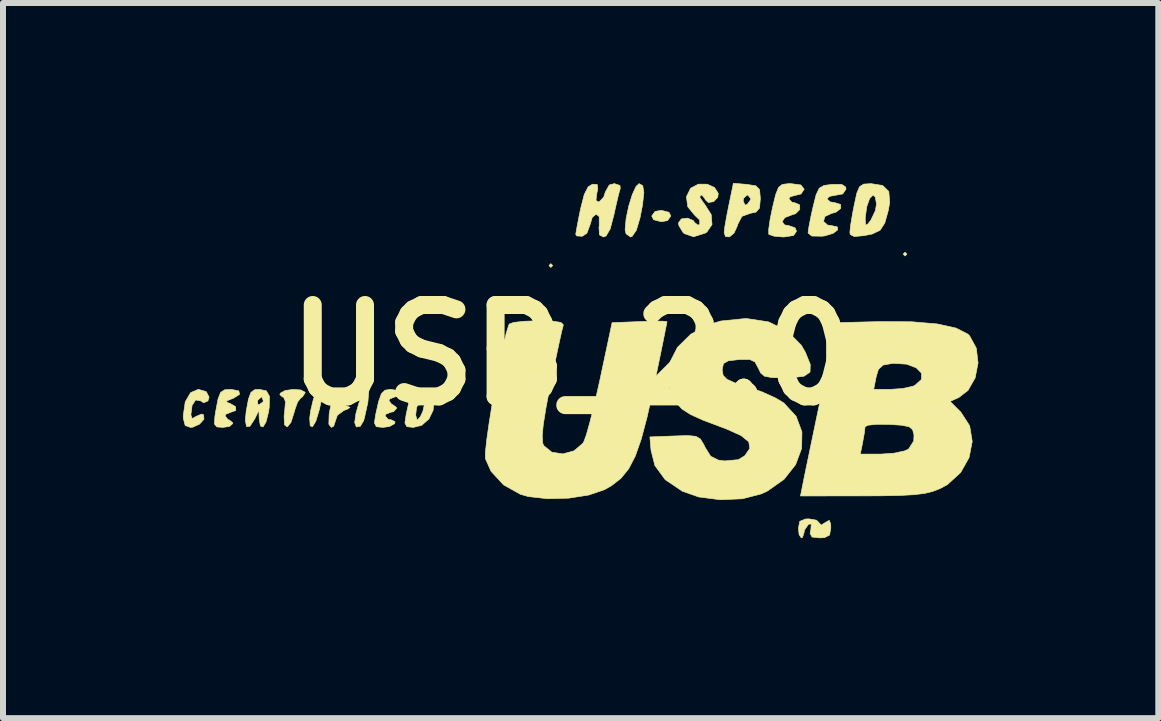
<source format=kicad_pcb>
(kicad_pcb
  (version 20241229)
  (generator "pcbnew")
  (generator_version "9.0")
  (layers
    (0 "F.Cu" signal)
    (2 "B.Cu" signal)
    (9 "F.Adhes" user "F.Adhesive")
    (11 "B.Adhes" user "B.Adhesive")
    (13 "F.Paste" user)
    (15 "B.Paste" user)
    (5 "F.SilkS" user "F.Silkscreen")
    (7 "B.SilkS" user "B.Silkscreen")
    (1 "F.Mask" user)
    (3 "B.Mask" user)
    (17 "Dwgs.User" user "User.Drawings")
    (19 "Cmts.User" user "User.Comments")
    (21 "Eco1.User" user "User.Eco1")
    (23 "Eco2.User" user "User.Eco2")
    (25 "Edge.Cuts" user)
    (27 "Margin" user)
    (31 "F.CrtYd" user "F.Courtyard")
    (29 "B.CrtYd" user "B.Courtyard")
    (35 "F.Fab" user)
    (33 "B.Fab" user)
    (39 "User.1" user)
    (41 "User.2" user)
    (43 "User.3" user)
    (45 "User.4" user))
  (footprint "USB_2.0"
    (layer "F.Cu")
    (at 6.482 2.869)
    (property "Reference" "USB_2.0" (at 0 0 0) (layer "F.SilkS") (effects (font (size 1.524 1.524) (thickness 0.3))))
    (attr through_hole)
    (fp_poly (pts (xy -0.318 -1.492) (xy -0.349 -1.46) (xy -0.381 -1.492) (xy -0.349 -1.524) (xy -0.318 -1.492)) (stroke (width 0.01) (type solid)) (fill yes) (layer "F.SilkS"))
    (fp_poly (pts (xy 5.588 -1.683) (xy 5.556 -1.651) (xy 5.524 -1.683) (xy 5.556 -1.714) (xy 5.588 -1.683)) (stroke (width 0.01) (type solid)) (fill yes) (layer "F.SilkS"))
    (fp_poly (pts (xy 1.62 -2.38) (xy 1.651 -2.318) (xy 1.596 -2.241) (xy 1.492 -2.223) (xy 1.365 -2.256) (xy 1.333 -2.318) (xy 1.389 -2.394) (xy 1.492 -2.413) (xy 1.62 -2.38)) (stroke (width 0.01) (type solid)) (fill yes) (layer "F.SilkS"))
    (fp_poly (pts (xy -4.166 0.576) (xy -4.162 0.648) (xy -4.185 0.802) (xy -4.207 0.905) (xy -4.267 1.103) (xy -4.323 1.196) (xy -4.361 1.18) (xy -4.369 1.053) (xy -4.355 0.937) (xy -4.307 0.732) (xy -4.245 0.601) (xy -4.182 0.565) (xy -4.166 0.576)) (stroke (width 0.01) (type solid)) (fill yes) (layer "F.SilkS"))
    (fp_poly (pts (xy -3.387 0.628) (xy -3.399 0.787) (xy -3.453 1.033) (xy -3.47 1.095) (xy -3.526 1.188) (xy -3.591 1.199) (xy -3.619 1.127) (xy -3.599 0.978) (xy -3.551 0.807) (xy -3.491 0.658) (xy -3.434 0.576) (xy -3.421 0.572) (xy -3.387 0.628)) (stroke (width 0.01) (type solid)) (fill yes) (layer "F.SilkS"))
    (fp_poly (pts (xy 1.183 -2.823) (xy 1.202 -2.711) (xy 1.18 -2.505) (xy 1.138 -2.289) (xy 1.076 -2.08) (xy 1.005 -1.977) (xy 0.979 -1.968) (xy 0.905 -2.021) (xy 0.889 -2.091) (xy 0.906 -2.277) (xy 0.95 -2.485) (xy 1.009 -2.676) (xy 1.072 -2.812) (xy 1.122 -2.858) (xy 1.183 -2.823)) (stroke (width 0.01) (type solid)) (fill yes) (layer "F.SilkS"))
    (fp_poly (pts (xy -3.738 0.59) (xy -3.588 0.619) (xy -3.731 0.666) (xy -3.852 0.732) (xy -3.856 0.799) (xy -3.762 0.846) (xy -3.697 0.873) (xy -3.746 0.905) (xy -3.794 0.921) (xy -3.908 1.004) (xy -3.937 1.087) (xy -3.969 1.186) (xy -4.009 1.206) (xy -4.05 1.153) (xy -4.045 0.988) (xy -4.037 0.937) (xy -3.99 0.721) (xy -3.924 0.61) (xy -3.819 0.58) (xy -3.738 0.59)) (stroke (width 0.01) (type solid)) (fill yes) (layer "F.SilkS"))
    (fp_poly (pts (xy -4.518 0.582) (xy -4.447 0.619) (xy -4.445 0.63) (xy -4.494 0.702) (xy -4.514 0.711) (xy -4.571 0.783) (xy -4.622 0.928) (xy -4.626 0.949) (xy -4.683 1.126) (xy -4.744 1.198) (xy -4.789 1.163) (xy -4.796 1.02) (xy -4.788 0.958) (xy -4.773 0.777) (xy -4.804 0.702) (xy -4.822 0.699) (xy -4.867 0.66) (xy -4.858 0.635) (xy -4.778 0.591) (xy -4.647 0.573) (xy -4.518 0.582)) (stroke (width 0.01) (type solid)) (fill yes) (layer "F.SilkS"))
    (fp_poly (pts (xy -6.094 0.61) (xy -6.046 0.702) (xy -6.066 0.765) (xy -6.136 0.796) (xy -6.189 0.763) (xy -6.272 0.749) (xy -6.33 0.84) (xy -6.35 0.997) (xy -6.329 1.06) (xy -6.265 1.024) (xy -6.172 0.984) (xy -6.138 0.995) (xy -6.132 1.07) (xy -6.206 1.152) (xy -6.32 1.203) (xy -6.358 1.206) (xy -6.445 1.174) (xy -6.476 1.055) (xy -6.477 1.012) (xy -6.444 0.78) (xy -6.354 0.626) (xy -6.225 0.572) (xy -6.094 0.61)) (stroke (width 0.01) (type solid)) (fill yes) (layer "F.SilkS"))
    (fp_poly (pts (xy 4.08 2.753) (xy 4.128 2.802) (xy 4.158 2.835) (xy 4.223 2.794) (xy 4.292 2.755) (xy 4.316 2.815) (xy 4.318 2.881) (xy 4.298 3.001) (xy 4.212 3.044) (xy 4.133 3.048) (xy 4.006 3.034) (xy 3.973 2.974) (xy 3.985 2.911) (xy 3.993 2.816) (xy 3.947 2.82) (xy 3.879 2.918) (xy 3.873 2.956) (xy 3.847 3.039) (xy 3.826 3.048) (xy 3.79 2.994) (xy 3.778 2.889) (xy 3.801 2.772) (xy 3.896 2.733) (xy 3.953 2.731) (xy 4.08 2.753)) (stroke (width 0.01) (type solid)) (fill yes) (layer "F.SilkS"))
    (fp_poly (pts (xy -5.551 0.597) (xy -5.538 0.655) (xy -5.641 0.72) (xy -5.667 0.73) (xy -5.76 0.767) (xy -5.736 0.794) (xy -5.699 0.805) (xy -5.604 0.861) (xy -5.601 0.925) (xy -5.683 0.953) (xy -5.768 0.987) (xy -5.779 1.016) (xy -5.73 1.078) (xy -5.715 1.079) (xy -5.653 1.128) (xy -5.652 1.143) (xy -5.706 1.19) (xy -5.816 1.206) (xy -5.917 1.198) (xy -5.957 1.15) (xy -5.95 1.028) (xy -5.936 0.937) (xy -5.897 0.732) (xy -5.854 0.622) (xy -5.787 0.579) (xy -5.68 0.572) (xy -5.551 0.597)) (stroke (width 0.01) (type solid)) (fill yes) (layer "F.SilkS"))
    (fp_poly (pts (xy -2.487 0.584) (xy -2.355 0.646) (xy -2.3 0.769) (xy -2.311 0.92) (xy -2.382 1.066) (xy -2.503 1.172) (xy -2.642 1.206) (xy -2.75 1.194) (xy -2.782 1.132) (xy -2.763 1.003) (xy -2.602 1.003) (xy -2.581 1.076) (xy -2.57 1.079) (xy -2.524 1.028) (xy -2.482 0.937) (xy -2.453 0.807) (xy -2.469 0.73) (xy -2.518 0.734) (xy -2.547 0.771) (xy -2.589 0.883) (xy -2.602 1.003) (xy -2.763 1.003) (xy -2.763 1) (xy -2.713 0.772) (xy -2.668 0.643) (xy -2.611 0.587) (xy -2.525 0.58) (xy -2.487 0.584)) (stroke (width 0.01) (type solid)) (fill yes) (layer "F.SilkS"))
    (fp_poly (pts (xy -2.895 0.594) (xy -2.857 0.635) (xy -2.909 0.691) (xy -2.953 0.699) (xy -3.037 0.733) (xy -3.048 0.762) (xy -3 0.824) (xy -2.985 0.826) (xy -2.923 0.874) (xy -2.921 0.889) (xy -2.972 0.945) (xy -3.016 0.953) (xy -3.101 0.987) (xy -3.111 1.016) (xy -3.06 1.072) (xy -3.013 1.079) (xy -2.947 1.11) (xy -2.953 1.143) (xy -3.04 1.192) (xy -3.152 1.206) (xy -3.259 1.194) (xy -3.29 1.132) (xy -3.271 1) (xy -3.22 0.773) (xy -3.174 0.644) (xy -3.114 0.586) (xy -3.025 0.572) (xy -3.012 0.572) (xy -2.895 0.594)) (stroke (width 0.01) (type solid)) (fill yes) (layer "F.SilkS"))
    (fp_poly (pts (xy -5.091 0.597) (xy -5.039 0.69) (xy -5.044 0.872) (xy -5.055 0.949) (xy -5.098 1.118) (xy -5.148 1.199) (xy -5.191 1.182) (xy -5.211 1.064) (xy -5.216 0.921) (xy -5.285 1.064) (xy -5.365 1.187) (xy -5.421 1.194) (xy -5.442 1.092) (xy -5.428 0.937) (xy -5.395 0.762) (xy -5.239 0.762) (xy -5.234 0.821) (xy -5.211 0.826) (xy -5.146 0.779) (xy -5.144 0.762) (xy -5.165 0.7) (xy -5.172 0.699) (xy -5.226 0.743) (xy -5.239 0.762) (xy -5.395 0.762) (xy -5.389 0.731) (xy -5.348 0.622) (xy -5.286 0.578) (xy -5.207 0.572) (xy -5.091 0.597)) (stroke (width 0.01) (type solid)) (fill yes) (layer "F.SilkS"))
    (fp_poly (pts (xy 2.918 -2.845) (xy 3.069 -2.821) (xy 3.131 -2.758) (xy 3.143 -2.614) (xy 3.143 -2.603) (xy 3.13 -2.451) (xy 3.071 -2.383) (xy 2.973 -2.362) (xy 2.836 -2.312) (xy 2.767 -2.179) (xy 2.761 -2.155) (xy 2.707 -2.036) (xy 2.629 -1.97) (xy 2.562 -1.975) (xy 2.54 -2.044) (xy 2.552 -2.144) (xy 2.584 -2.324) (xy 2.617 -2.492) (xy 2.633 -2.568) (xy 2.857 -2.568) (xy 2.888 -2.502) (xy 2.921 -2.508) (xy 2.982 -2.589) (xy 2.985 -2.607) (xy 2.936 -2.665) (xy 2.921 -2.667) (xy 2.865 -2.615) (xy 2.857 -2.568) (xy 2.633 -2.568) (xy 2.694 -2.864) (xy 2.918 -2.845)) (stroke (width 0.01) (type solid)) (fill yes) (layer "F.SilkS"))
    (fp_poly (pts (xy 4.5 -2.845) (xy 4.566 -2.802) (xy 4.572 -2.766) (xy 4.517 -2.686) (xy 4.413 -2.667) (xy 4.294 -2.645) (xy 4.255 -2.603) (xy 4.308 -2.553) (xy 4.387 -2.54) (xy 4.482 -2.51) (xy 4.484 -2.445) (xy 4.405 -2.382) (xy 4.329 -2.361) (xy 4.219 -2.309) (xy 4.197 -2.228) (xy 4.264 -2.167) (xy 4.323 -2.159) (xy 4.427 -2.137) (xy 4.433 -2.087) (xy 4.359 -2.03) (xy 4.225 -1.988) (xy 4.17 -1.981) (xy 4.001 -1.984) (xy 3.94 -2.034) (xy 3.94 -2.044) (xy 3.955 -2.149) (xy 3.991 -2.331) (xy 4.024 -2.477) (xy 4.074 -2.675) (xy 4.126 -2.782) (xy 4.206 -2.828) (xy 4.338 -2.845) (xy 4.5 -2.845)) (stroke (width 0.01) (type solid)) (fill yes) (layer "F.SilkS"))
    (fp_poly (pts (xy 3.818 -2.836) (xy 3.873 -2.768) (xy 3.873 -2.762) (xy 3.821 -2.685) (xy 3.747 -2.667) (xy 3.643 -2.64) (xy 3.619 -2.603) (xy 3.671 -2.547) (xy 3.715 -2.54) (xy 3.799 -2.504) (xy 3.801 -2.427) (xy 3.731 -2.356) (xy 3.672 -2.338) (xy 3.552 -2.292) (xy 3.507 -2.224) (xy 3.548 -2.169) (xy 3.614 -2.159) (xy 3.722 -2.121) (xy 3.747 -2.064) (xy 3.697 -1.993) (xy 3.542 -1.969) (xy 3.528 -1.968) (xy 3.374 -1.981) (xy 3.287 -2.011) (xy 3.283 -2.016) (xy 3.283 -2.098) (xy 3.307 -2.266) (xy 3.347 -2.461) (xy 3.399 -2.675) (xy 3.446 -2.794) (xy 3.509 -2.845) (xy 3.61 -2.857) (xy 3.656 -2.857) (xy 3.818 -2.836)) (stroke (width 0.01) (type solid)) (fill yes) (layer "F.SilkS"))
    (fp_poly (pts (xy 5.183 -2.827) (xy 5.285 -2.727) (xy 5.3 -2.543) (xy 5.277 -2.412) (xy 5.218 -2.201) (xy 5.14 -2.081) (xy 5.009 -2.018) (xy 4.868 -1.99) (xy 4.709 -1.976) (xy 4.643 -2.009) (xy 4.636 -2.045) (xy 4.647 -2.156) (xy 4.664 -2.254) (xy 4.892 -2.254) (xy 4.898 -2.166) (xy 4.933 -2.182) (xy 4.987 -2.251) (xy 5.062 -2.41) (xy 5.08 -2.52) (xy 5.059 -2.634) (xy 5.024 -2.667) (xy 4.966 -2.611) (xy 4.917 -2.472) (xy 4.893 -2.295) (xy 4.892 -2.254) (xy 4.664 -2.254) (xy 4.678 -2.343) (xy 4.708 -2.498) (xy 4.752 -2.7) (xy 4.798 -2.807) (xy 4.866 -2.85) (xy 4.982 -2.857) (xy 4.986 -2.858) (xy 5.183 -2.827)) (stroke (width 0.01) (type solid)) (fill yes) (layer "F.SilkS"))
    (fp_poly (pts (xy 2.256 -2.849) (xy 2.38 -2.793) (xy 2.442 -2.696) (xy 2.433 -2.628) (xy 2.365 -2.557) (xy 2.275 -2.543) (xy 2.223 -2.592) (xy 2.223 -2.603) (xy 2.173 -2.663) (xy 2.148 -2.667) (xy 2.134 -2.629) (xy 2.198 -2.535) (xy 2.211 -2.52) (xy 2.324 -2.343) (xy 2.338 -2.176) (xy 2.252 -2.05) (xy 2.227 -2.034) (xy 2.03 -1.972) (xy 1.877 -2.024) (xy 1.854 -2.045) (xy 1.786 -2.157) (xy 1.778 -2.203) (xy 1.826 -2.269) (xy 1.929 -2.283) (xy 2.024 -2.244) (xy 2.05 -2.207) (xy 2.106 -2.165) (xy 2.134 -2.182) (xy 2.132 -2.252) (xy 2.048 -2.332) (xy 1.934 -2.471) (xy 1.911 -2.639) (xy 1.981 -2.781) (xy 2.11 -2.849) (xy 2.256 -2.849)) (stroke (width 0.01) (type solid)) (fill yes) (layer "F.SilkS"))
    (fp_poly (pts (xy 0.804 -2.827) (xy 0.808 -2.776) (xy 0.779 -2.673) (xy 0.736 -2.49) (xy 0.701 -2.332) (xy 0.64 -2.101) (xy 0.572 -1.986) (xy 0.528 -1.968) (xy 0.461 -2.004) (xy 0.454 -2.127) (xy 0.458 -2.159) (xy 0.457 -2.308) (xy 0.406 -2.349) (xy 0.341 -2.295) (xy 0.306 -2.175) (xy 0.252 -2.031) (xy 0.175 -1.98) (xy 0.083 -1.986) (xy 0.066 -2.011) (xy 0.08 -2.097) (xy 0.112 -2.267) (xy 0.148 -2.444) (xy 0.208 -2.677) (xy 0.273 -2.804) (xy 0.344 -2.848) (xy 0.424 -2.844) (xy 0.434 -2.768) (xy 0.418 -2.699) (xy 0.403 -2.577) (xy 0.447 -2.552) (xy 0.458 -2.555) (xy 0.532 -2.632) (xy 0.56 -2.72) (xy 0.625 -2.835) (xy 0.71 -2.858) (xy 0.804 -2.827)) (stroke (width 0.01) (type solid)) (fill yes) (layer "F.SilkS"))
    (fp_poly (pts (xy -0.316 -0.565) (xy -0.181 -0.544) (xy -0.141 -0.505) (xy -0.143 -0.492) (xy -0.166 -0.404) (xy -0.208 -0.216) (xy -0.264 0.048) (xy -0.329 0.363) (xy -0.356 0.493) (xy -0.43 0.879) (xy -0.475 1.158) (xy -0.493 1.348) (xy -0.486 1.465) (xy -0.469 1.509) (xy -0.333 1.619) (xy -0.15 1.648) (xy 0.037 1.597) (xy 0.183 1.473) (xy 0.201 1.444) (xy 0.242 1.333) (xy 0.301 1.123) (xy 0.372 0.842) (xy 0.447 0.515) (xy 0.476 0.381) (xy 0.672 -0.54) (xy 1.13 -0.558) (xy 1.352 -0.565) (xy 1.515 -0.565) (xy 1.587 -0.558) (xy 1.587 -0.557) (xy 1.575 -0.491) (xy 1.541 -0.321) (xy 1.49 -0.068) (xy 1.425 0.247) (xy 1.364 0.541) (xy 1.258 1.024) (xy 1.159 1.399) (xy 1.059 1.684) (xy 0.949 1.896) (xy 0.821 2.054) (xy 0.665 2.176) (xy 0.548 2.243) (xy 0.282 2.334) (xy -0.053 2.386) (xy -0.406 2.395) (xy -0.725 2.359) (xy -0.857 2.321) (xy -1.138 2.164) (xy -1.346 1.938) (xy -1.44 1.727) (xy -1.44 1.62) (xy -1.418 1.415) (xy -1.379 1.14) (xy -1.328 0.821) (xy -1.269 0.484) (xy -1.207 0.157) (xy -1.147 -0.133) (xy -1.094 -0.36) (xy -1.052 -0.497) (xy -1.042 -0.517) (xy -0.967 -0.544) (xy -0.799 -0.563) (xy -0.575 -0.571) (xy -0.561 -0.572) (xy -0.316 -0.565)) (stroke (width 0.01) (type solid)) (fill yes) (layer "F.SilkS"))
    (fp_poly (pts (xy 3.28 -0.553) (xy 3.592 -0.401) (xy 3.827 -0.163) (xy 3.895 -0.045) (xy 3.976 0.156) (xy 3.972 0.284) (xy 3.872 0.353) (xy 3.663 0.379) (xy 3.556 0.381) (xy 3.34 0.376) (xy 3.216 0.354) (xy 3.15 0.301) (xy 3.11 0.219) (xy 3.055 0.116) (xy 2.968 0.074) (xy 2.804 0.074) (xy 2.778 0.076) (xy 2.607 0.097) (xy 2.529 0.142) (xy 2.508 0.234) (xy 2.508 0.251) (xy 2.523 0.338) (xy 2.584 0.403) (xy 2.718 0.463) (xy 2.921 0.526) (xy 3.17 0.613) (xy 3.4 0.717) (xy 3.535 0.799) (xy 3.74 1.021) (xy 3.837 1.281) (xy 3.832 1.557) (xy 3.731 1.828) (xy 3.538 2.072) (xy 3.259 2.269) (xy 3.161 2.314) (xy 2.844 2.396) (xy 2.477 2.412) (xy 2.117 2.366) (xy 1.843 2.27) (xy 1.557 2.077) (xy 1.386 1.843) (xy 1.321 1.587) (xy 1.302 1.365) (xy 1.714 1.349) (xy 1.937 1.342) (xy 2.069 1.355) (xy 2.144 1.399) (xy 2.199 1.489) (xy 2.223 1.539) (xy 2.315 1.687) (xy 2.446 1.752) (xy 2.548 1.765) (xy 2.777 1.744) (xy 2.885 1.678) (xy 2.968 1.556) (xy 2.951 1.447) (xy 2.824 1.343) (xy 2.58 1.233) (xy 2.508 1.206) (xy 2.196 1.089) (xy 1.981 0.992) (xy 1.839 0.901) (xy 1.743 0.798) (xy 1.683 0.7) (xy 1.599 0.414) (xy 1.629 0.132) (xy 1.762 -0.129) (xy 1.986 -0.349) (xy 2.289 -0.51) (xy 2.487 -0.568) (xy 2.906 -0.61) (xy 3.28 -0.553)) (stroke (width 0.01) (type solid)) (fill yes) (layer "F.SilkS"))
    (fp_poly (pts (xy 5.666 -0.555) (xy 6.091 -0.519) (xy 6.405 -0.45) (xy 6.604 -0.349) (xy 6.631 -0.322) (xy 6.744 -0.115) (xy 6.773 0.132) (xy 6.725 0.38) (xy 6.606 0.589) (xy 6.453 0.707) (xy 6.307 0.773) (xy 6.487 0.953) (xy 6.633 1.179) (xy 6.676 1.441) (xy 6.623 1.71) (xy 6.483 1.958) (xy 6.263 2.159) (xy 6.142 2.225) (xy 6.021 2.272) (xy 5.884 2.306) (xy 5.706 2.328) (xy 5.465 2.341) (xy 5.137 2.347) (xy 4.843 2.348) (xy 3.813 2.349) (xy 3.854 2.143) (xy 3.879 2.018) (xy 3.926 1.791) (xy 3.955 1.651) (xy 4.81 1.651) (xy 5.155 1.651) (xy 5.372 1.636) (xy 5.548 1.598) (xy 5.614 1.568) (xy 5.701 1.433) (xy 5.705 1.33) (xy 5.682 1.244) (xy 5.624 1.195) (xy 5.5 1.17) (xy 5.286 1.156) (xy 5.081 1.155) (xy 4.938 1.17) (xy 4.889 1.196) (xy 4.878 1.295) (xy 4.85 1.451) (xy 4.85 1.453) (xy 4.81 1.651) (xy 3.955 1.651) (xy 3.989 1.487) (xy 4.064 1.127) (xy 4.146 0.734) (xy 4.154 0.699) (xy 4.181 0.572) (xy 5.033 0.572) (xy 5.314 0.572) (xy 5.518 0.557) (xy 5.684 0.521) (xy 5.719 0.506) (xy 5.829 0.407) (xy 5.831 0.303) (xy 5.743 0.213) (xy 5.582 0.152) (xy 5.366 0.138) (xy 5.349 0.139) (xy 5.19 0.167) (xy 5.112 0.238) (xy 5.074 0.365) (xy 5.033 0.572) (xy 4.181 0.572) (xy 4.413 -0.54) (xy 5.139 -0.558) (xy 5.666 -0.555)) (stroke (width 0.01) (type solid)) (fill yes) (layer "F.SilkS")))
  (gr_rect
    (start -3 -3)
    (end 16.26 8.922)
    (stroke (width 0.1) (type default))
    (fill no)
    (layer "Edge.Cuts")))
</source>
